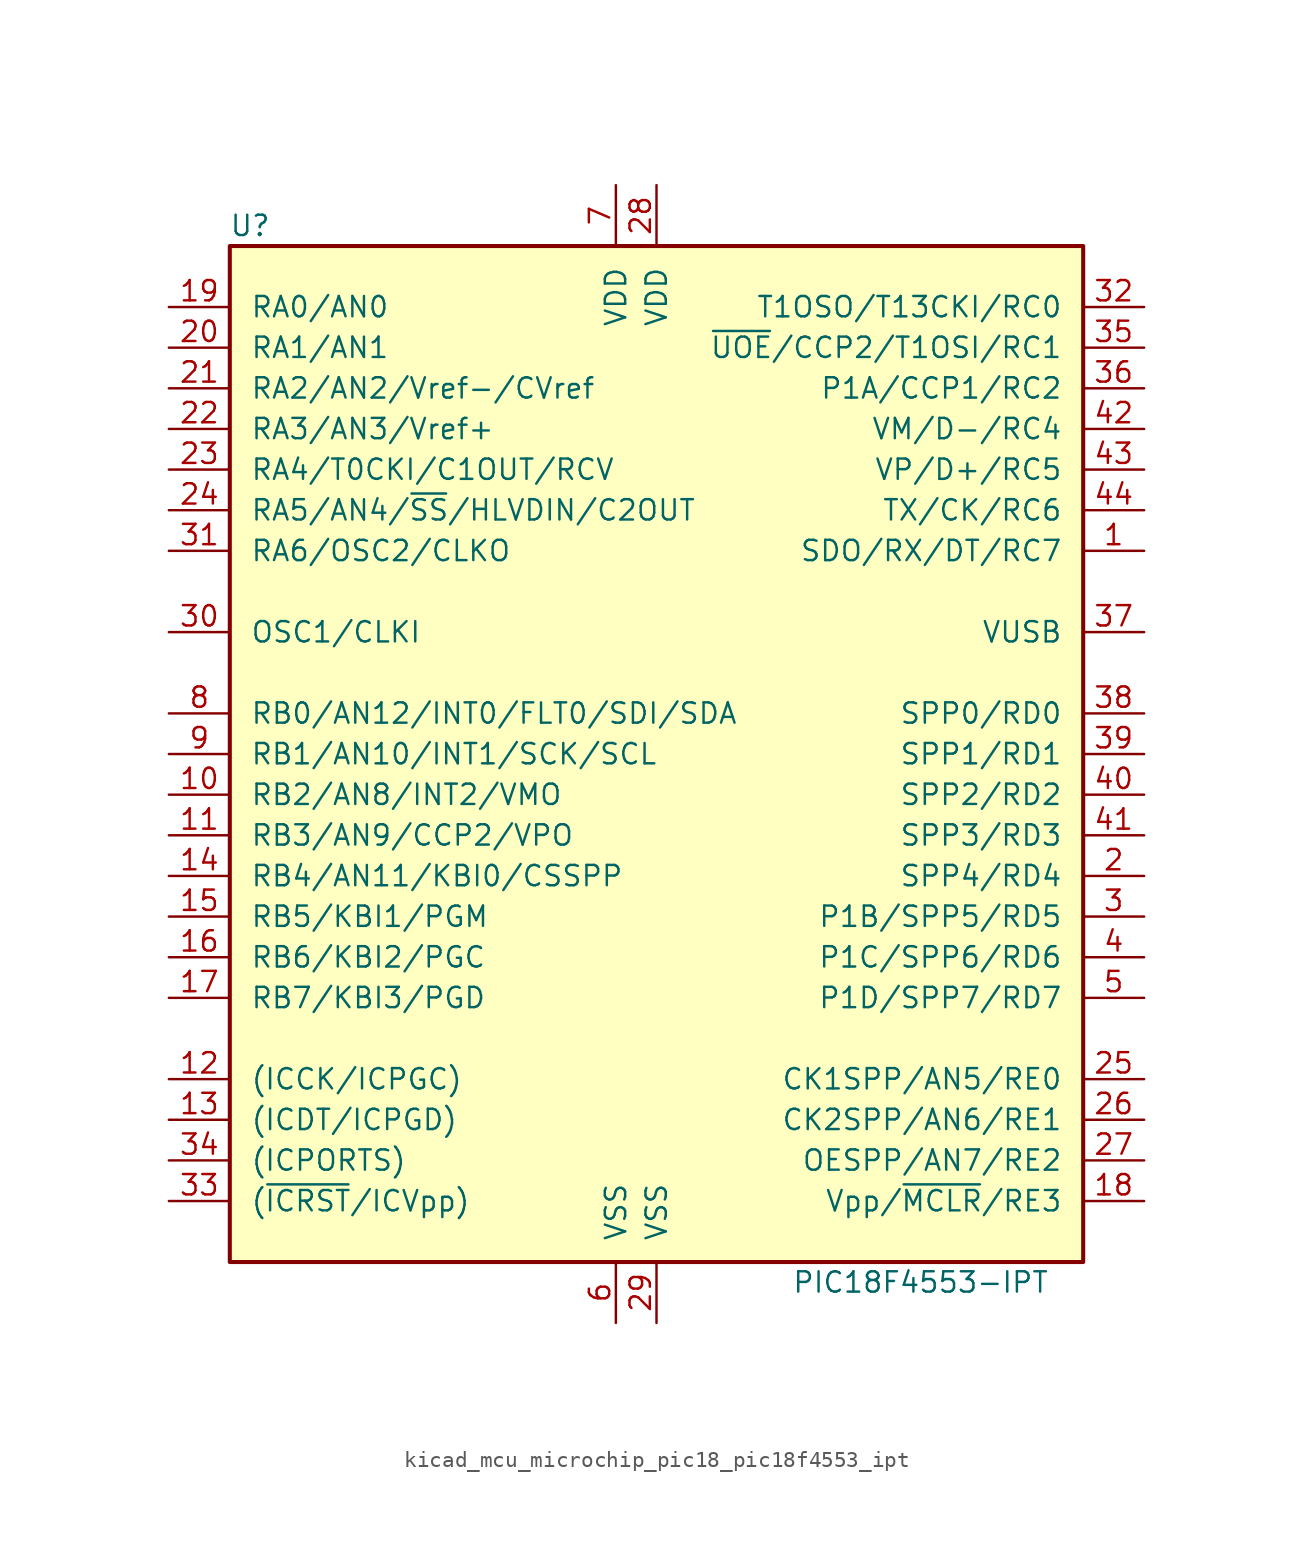
<source format=kicad_sym>
(kicad_symbol_lib
  (version 20220914)
  (generator kicad_symbol_editor)
  (symbol "kicad_mcu_microchip_pic18_pic18f4553_ipt"
    (pin_names
      (offset 1.27))
    (property "Reference" "U"
      (at -25.4 33.02 0)
      (effects (font (size 1.27 1.27))))
    (property "Value" "PIC18F4553-IPT"
      (at 16.51 -33.02 0)
      (effects (font (size 1.27 1.27))))
    (symbol "kicad_mcu_microchip_pic18_pic18f4553_ipt_0_1"
      (rectangle (start -26.67 31.75) (end 26.67 -31.75) (stroke (width 0.254) (type default)) (fill (type background))))
    (symbol "kicad_mcu_microchip_pic18_pic18f4553_ipt_1_1"
      (pin bidirectional line (at 30.48 12.7 180) (length 3.81) (name "SDO/RX/DT/RC7" (effects (font (size 1.27 1.27)))) (number "1" (effects (font (size 1.27 1.27)))))
      (pin bidirectional line (at -30.48 -2.54 0) (length 3.81) (name "RB2/AN8/INT2/VMO" (effects (font (size 1.27 1.27)))) (number "10" (effects (font (size 1.27 1.27)))))
      (pin bidirectional line (at -30.48 -5.08 0) (length 3.81) (name "RB3/AN9/CCP2/VPO" (effects (font (size 1.27 1.27)))) (number "11" (effects (font (size 1.27 1.27)))))
      (pin bidirectional line (at -30.48 -20.32 0) (length 3.81) (name "(ICCK/ICPGC)" (effects (font (size 1.27 1.27)))) (number "12" (effects (font (size 1.27 1.27)))))
      (pin bidirectional line (at -30.48 -22.86 0) (length 3.81) (name "(ICDT/ICPGD)" (effects (font (size 1.27 1.27)))) (number "13" (effects (font (size 1.27 1.27)))))
      (pin bidirectional line (at -30.48 -7.62 0) (length 3.81) (name "RB4/AN11/KBI0/CSSPP" (effects (font (size 1.27 1.27)))) (number "14" (effects (font (size 1.27 1.27)))))
      (pin bidirectional line (at -30.48 -10.16 0) (length 3.81) (name "RB5/KBI1/PGM" (effects (font (size 1.27 1.27)))) (number "15" (effects (font (size 1.27 1.27)))))
      (pin bidirectional line (at -30.48 -12.7 0) (length 3.81) (name "RB6/KBI2/PGC" (effects (font (size 1.27 1.27)))) (number "16" (effects (font (size 1.27 1.27)))))
      (pin bidirectional line (at -30.48 -15.24 0) (length 3.81) (name "RB7/KBI3/PGD" (effects (font (size 1.27 1.27)))) (number "17" (effects (font (size 1.27 1.27)))))
      (pin input line (at 30.48 -27.94 180) (length 3.81) (name "Vpp/~{MCLR}/RE3" (effects (font (size 1.27 1.27)))) (number "18" (effects (font (size 1.27 1.27)))))
      (pin bidirectional line (at -30.48 27.94 0) (length 3.81) (name "RA0/AN0" (effects (font (size 1.27 1.27)))) (number "19" (effects (font (size 1.27 1.27)))))
      (pin bidirectional line (at 30.48 -7.62 180) (length 3.81) (name "SPP4/RD4" (effects (font (size 1.27 1.27)))) (number "2" (effects (font (size 1.27 1.27)))))
      (pin bidirectional line (at -30.48 25.4 0) (length 3.81) (name "RA1/AN1" (effects (font (size 1.27 1.27)))) (number "20" (effects (font (size 1.27 1.27)))))
      (pin bidirectional line (at -30.48 22.86 0) (length 3.81) (name "RA2/AN2/Vref-/CVref" (effects (font (size 1.27 1.27)))) (number "21" (effects (font (size 1.27 1.27)))))
      (pin bidirectional line (at -30.48 20.32 0) (length 3.81) (name "RA3/AN3/Vref+" (effects (font (size 1.27 1.27)))) (number "22" (effects (font (size 1.27 1.27)))))
      (pin bidirectional line (at -30.48 17.78 0) (length 3.81) (name "RA4/T0CKI/C1OUT/RCV" (effects (font (size 1.27 1.27)))) (number "23" (effects (font (size 1.27 1.27)))))
      (pin bidirectional line (at -30.48 15.24 0) (length 3.81) (name "RA5/AN4/~{SS}/HLVDIN/C2OUT" (effects (font (size 1.27 1.27)))) (number "24" (effects (font (size 1.27 1.27)))))
      (pin bidirectional line (at 30.48 -20.32 180) (length 3.81) (name "CK1SPP/AN5/RE0" (effects (font (size 1.27 1.27)))) (number "25" (effects (font (size 1.27 1.27)))))
      (pin bidirectional line (at 30.48 -22.86 180) (length 3.81) (name "CK2SPP/AN6/RE1" (effects (font (size 1.27 1.27)))) (number "26" (effects (font (size 1.27 1.27)))))
      (pin bidirectional line (at 30.48 -25.4 180) (length 3.81) (name "OESPP/AN7/RE2" (effects (font (size 1.27 1.27)))) (number "27" (effects (font (size 1.27 1.27)))))
      (pin power_in line (at 0 35.56 270) (length 3.81) (name "VDD" (effects (font (size 1.27 1.27)))) (number "28" (effects (font (size 1.27 1.27)))))
      (pin power_in line (at 0 -35.56 90) (length 3.81) (name "VSS" (effects (font (size 1.27 1.27)))) (number "29" (effects (font (size 1.27 1.27)))))
      (pin bidirectional line (at 30.48 -10.16 180) (length 3.81) (name "P1B/SPP5/RD5" (effects (font (size 1.27 1.27)))) (number "3" (effects (font (size 1.27 1.27)))))
      (pin input line (at -30.48 7.62 0) (length 3.81) (name "OSC1/CLKI" (effects (font (size 1.27 1.27)))) (number "30" (effects (font (size 1.27 1.27)))))
      (pin bidirectional line (at -30.48 12.7 0) (length 3.81) (name "RA6/OSC2/CLKO" (effects (font (size 1.27 1.27)))) (number "31" (effects (font (size 1.27 1.27)))))
      (pin bidirectional line (at 30.48 27.94 180) (length 3.81) (name "T1OSO/T13CKI/RC0" (effects (font (size 1.27 1.27)))) (number "32" (effects (font (size 1.27 1.27)))))
      (pin input line (at -30.48 -27.94 0) (length 3.81) (name "(~{ICRST}/ICVpp)" (effects (font (size 1.27 1.27)))) (number "33" (effects (font (size 1.27 1.27)))))
      (pin input line (at -30.48 -25.4 0) (length 3.81) (name "(ICPORTS)" (effects (font (size 1.27 1.27)))) (number "34" (effects (font (size 1.27 1.27)))))
      (pin bidirectional line (at 30.48 25.4 180) (length 3.81) (name "~{UOE}/CCP2/T1OSI/RC1" (effects (font (size 1.27 1.27)))) (number "35" (effects (font (size 1.27 1.27)))))
      (pin bidirectional line (at 30.48 22.86 180) (length 3.81) (name "P1A/CCP1/RC2" (effects (font (size 1.27 1.27)))) (number "36" (effects (font (size 1.27 1.27)))))
      (pin bidirectional line (at 30.48 7.62 180) (length 3.81) (name "VUSB" (effects (font (size 1.27 1.27)))) (number "37" (effects (font (size 1.27 1.27)))))
      (pin bidirectional line (at 30.48 2.54 180) (length 3.81) (name "SPP0/RD0" (effects (font (size 1.27 1.27)))) (number "38" (effects (font (size 1.27 1.27)))))
      (pin bidirectional line (at 30.48 0 180) (length 3.81) (name "SPP1/RD1" (effects (font (size 1.27 1.27)))) (number "39" (effects (font (size 1.27 1.27)))))
      (pin bidirectional line (at 30.48 -12.7 180) (length 3.81) (name "P1C/SPP6/RD6" (effects (font (size 1.27 1.27)))) (number "4" (effects (font (size 1.27 1.27)))))
      (pin bidirectional line (at 30.48 -2.54 180) (length 3.81) (name "SPP2/RD2" (effects (font (size 1.27 1.27)))) (number "40" (effects (font (size 1.27 1.27)))))
      (pin bidirectional line (at 30.48 -5.08 180) (length 3.81) (name "SPP3/RD3" (effects (font (size 1.27 1.27)))) (number "41" (effects (font (size 1.27 1.27)))))
      (pin bidirectional line (at 30.48 20.32 180) (length 3.81) (name "VM/D-/RC4" (effects (font (size 1.27 1.27)))) (number "42" (effects (font (size 1.27 1.27)))))
      (pin bidirectional line (at 30.48 17.78 180) (length 3.81) (name "VP/D+/RC5" (effects (font (size 1.27 1.27)))) (number "43" (effects (font (size 1.27 1.27)))))
      (pin bidirectional line (at 30.48 15.24 180) (length 3.81) (name "TX/CK/RC6" (effects (font (size 1.27 1.27)))) (number "44" (effects (font (size 1.27 1.27)))))
      (pin bidirectional line (at 30.48 -15.24 180) (length 3.81) (name "P1D/SPP7/RD7" (effects (font (size 1.27 1.27)))) (number "5" (effects (font (size 1.27 1.27)))))
      (pin power_in line (at -2.54 -35.56 90) (length 3.81) (name "VSS" (effects (font (size 1.27 1.27)))) (number "6" (effects (font (size 1.27 1.27)))))
      (pin power_in line (at -2.54 35.56 270) (length 3.81) (name "VDD" (effects (font (size 1.27 1.27)))) (number "7" (effects (font (size 1.27 1.27)))))
      (pin bidirectional line (at -30.48 2.54 0) (length 3.81) (name "RB0/AN12/INT0/FLT0/SDI/SDA" (effects (font (size 1.27 1.27)))) (number "8" (effects (font (size 1.27 1.27)))))
      (pin bidirectional line (at -30.48 0 0) (length 3.81) (name "RB1/AN10/INT1/SCK/SCL" (effects (font (size 1.27 1.27)))) (number "9" (effects (font (size 1.27 1.27))))))))
</source>
